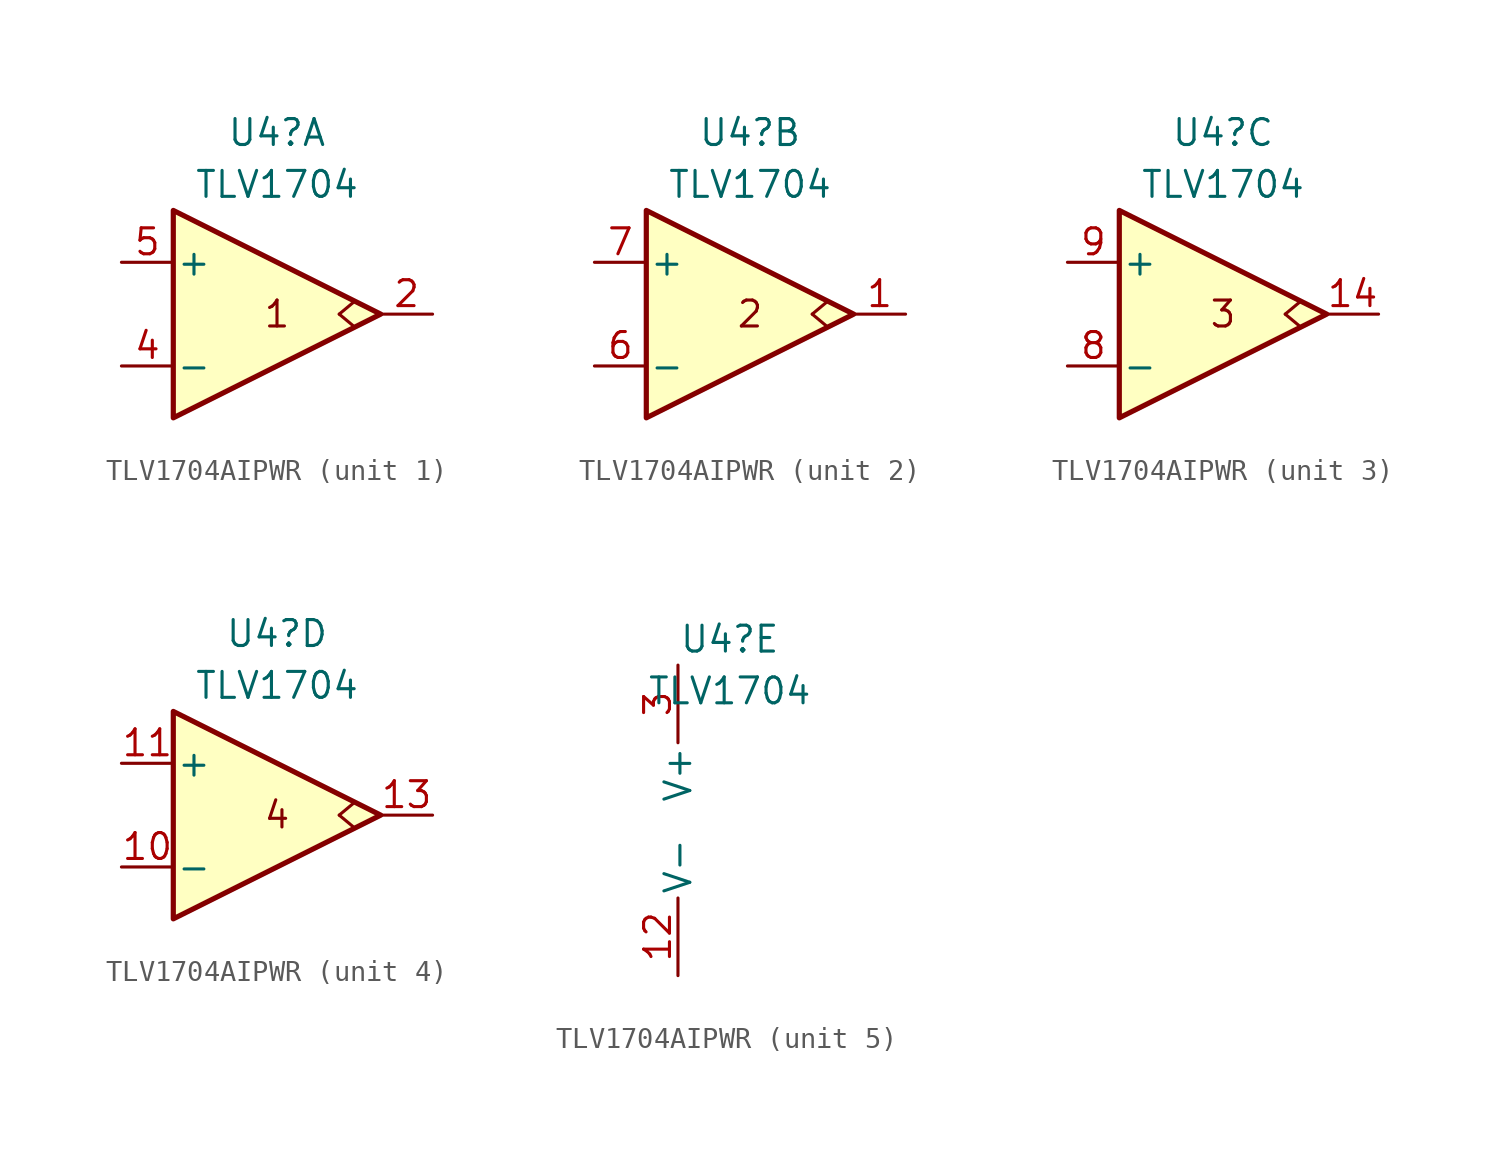
<source format=kicad_sym>
(kicad_symbol_lib
  (version 20241209)
  (generator "kicad_symbol_editor")
  (generator_version "9.0")
  (symbol "TLV1704AIPWR"
    (pin_names
      (offset 0.127))
    (property "Reference" "U4"
      (at 0 8.89 0)
      (effects (font (size 1.27 1.27))))
    (property "Value" "TLV1704"
      (at 0 6.35 0)
      (effects (font (size 1.27 1.27))))
    (property "Tolerance" ""
      (at 0 0 0)
      (effects (font (size 1.27 1.27))))
    (property "Power Rating" ""
      (at 0 0 0)
      (effects (font (size 1.27 1.27))))
    (property "ki_locked" ""
      (at 0 0 0)
      (effects (font (size 1.27 1.27))))
    (symbol "TLV1704AIPWR_1_1"
      (polyline (pts (xy -5.08 5.08) (xy 5.08 0) (xy -5.08 -5.08) (xy -5.08 5.08)) (stroke (width 0.254) (type default)) (fill (type background)))
      (polyline (pts (xy 3.048 0) (xy 3.81 -0.635)) (stroke (width 0) (type default)) (fill (type none)))
      (polyline (pts (xy 3.81 0.635) (xy 3.048 0)) (stroke (width 0) (type default)) (fill (type none)))
      (text "1" (at 0 0 0) (effects (font (size 1.27 1.27))))
      (pin input line (at -7.62 2.54 0) (length 2.54) (name "+" (effects (font (size 1.27 1.27)))) (number "5" (effects (font (size 1.27 1.27)))))
      (pin input line (at -7.62 -2.54 0) (length 2.54) (name "-" (effects (font (size 1.27 1.27)))) (number "4" (effects (font (size 1.27 1.27)))))
      (pin open_collector line (at 7.62 0 180) (length 2.54) (name "~" (effects (font (size 1.27 1.27)))) (number "2" (effects (font (size 1.27 1.27))))))
    (symbol "TLV1704AIPWR_2_1"
      (polyline (pts (xy -5.08 5.08) (xy 5.08 0) (xy -5.08 -5.08) (xy -5.08 5.08)) (stroke (width 0.254) (type default)) (fill (type background)))
      (polyline (pts (xy 3.048 0) (xy 3.81 -0.635)) (stroke (width 0) (type default)) (fill (type none)))
      (polyline (pts (xy 3.81 0.635) (xy 3.048 0)) (stroke (width 0) (type default)) (fill (type none)))
      (text "2" (at 0 0 0) (effects (font (size 1.27 1.27))))
      (pin input line (at -7.62 2.54 0) (length 2.54) (name "+" (effects (font (size 1.27 1.27)))) (number "7" (effects (font (size 1.27 1.27)))))
      (pin input line (at -7.62 -2.54 0) (length 2.54) (name "-" (effects (font (size 1.27 1.27)))) (number "6" (effects (font (size 1.27 1.27)))))
      (pin open_collector line (at 7.62 0 180) (length 2.54) (name "~" (effects (font (size 1.27 1.27)))) (number "1" (effects (font (size 1.27 1.27))))))
    (symbol "TLV1704AIPWR_3_1"
      (polyline (pts (xy -5.08 5.08) (xy 5.08 0) (xy -5.08 -5.08) (xy -5.08 5.08)) (stroke (width 0.254) (type default)) (fill (type background)))
      (polyline (pts (xy 3.048 0) (xy 3.81 -0.635)) (stroke (width 0) (type default)) (fill (type none)))
      (polyline (pts (xy 3.81 0.635) (xy 3.048 0)) (stroke (width 0) (type default)) (fill (type none)))
      (text "3" (at 0 0 0) (effects (font (size 1.27 1.27))))
      (pin input line (at -7.62 2.54 0) (length 2.54) (name "+" (effects (font (size 1.27 1.27)))) (number "9" (effects (font (size 1.27 1.27)))))
      (pin input line (at -7.62 -2.54 0) (length 2.54) (name "-" (effects (font (size 1.27 1.27)))) (number "8" (effects (font (size 1.27 1.27)))))
      (pin open_collector line (at 7.62 0 180) (length 2.54) (name "~" (effects (font (size 1.27 1.27)))) (number "14" (effects (font (size 1.27 1.27))))))
    (symbol "TLV1704AIPWR_4_1"
      (polyline (pts (xy -5.08 5.08) (xy 5.08 0) (xy -5.08 -5.08) (xy -5.08 5.08)) (stroke (width 0.254) (type default)) (fill (type background)))
      (polyline (pts (xy 3.048 0) (xy 3.81 -0.635)) (stroke (width 0) (type default)) (fill (type none)))
      (polyline (pts (xy 3.81 0.635) (xy 3.048 0)) (stroke (width 0) (type default)) (fill (type none)))
      (text "4" (at 0 0 0) (effects (font (size 1.27 1.27))))
      (pin input line (at -7.62 2.54 0) (length 2.54) (name "+" (effects (font (size 1.27 1.27)))) (number "11" (effects (font (size 1.27 1.27)))))
      (pin input line (at -7.62 -2.54 0) (length 2.54) (name "-" (effects (font (size 1.27 1.27)))) (number "10" (effects (font (size 1.27 1.27)))))
      (pin open_collector line (at 7.62 0 180) (length 2.54) (name "~" (effects (font (size 1.27 1.27)))) (number "13" (effects (font (size 1.27 1.27))))))
    (symbol "TLV1704AIPWR_5_1"
      (pin power_in line (at -2.54 7.62 270) (length 3.81) (name "V+" (effects (font (size 1.27 1.27)))) (number "3" (effects (font (size 1.27 1.27)))))
      (pin power_in line (at -2.54 -7.62 90) (length 3.81) (name "V-" (effects (font (size 1.27 1.27)))) (number "12" (effects (font (size 1.27 1.27))))))))
</source>
